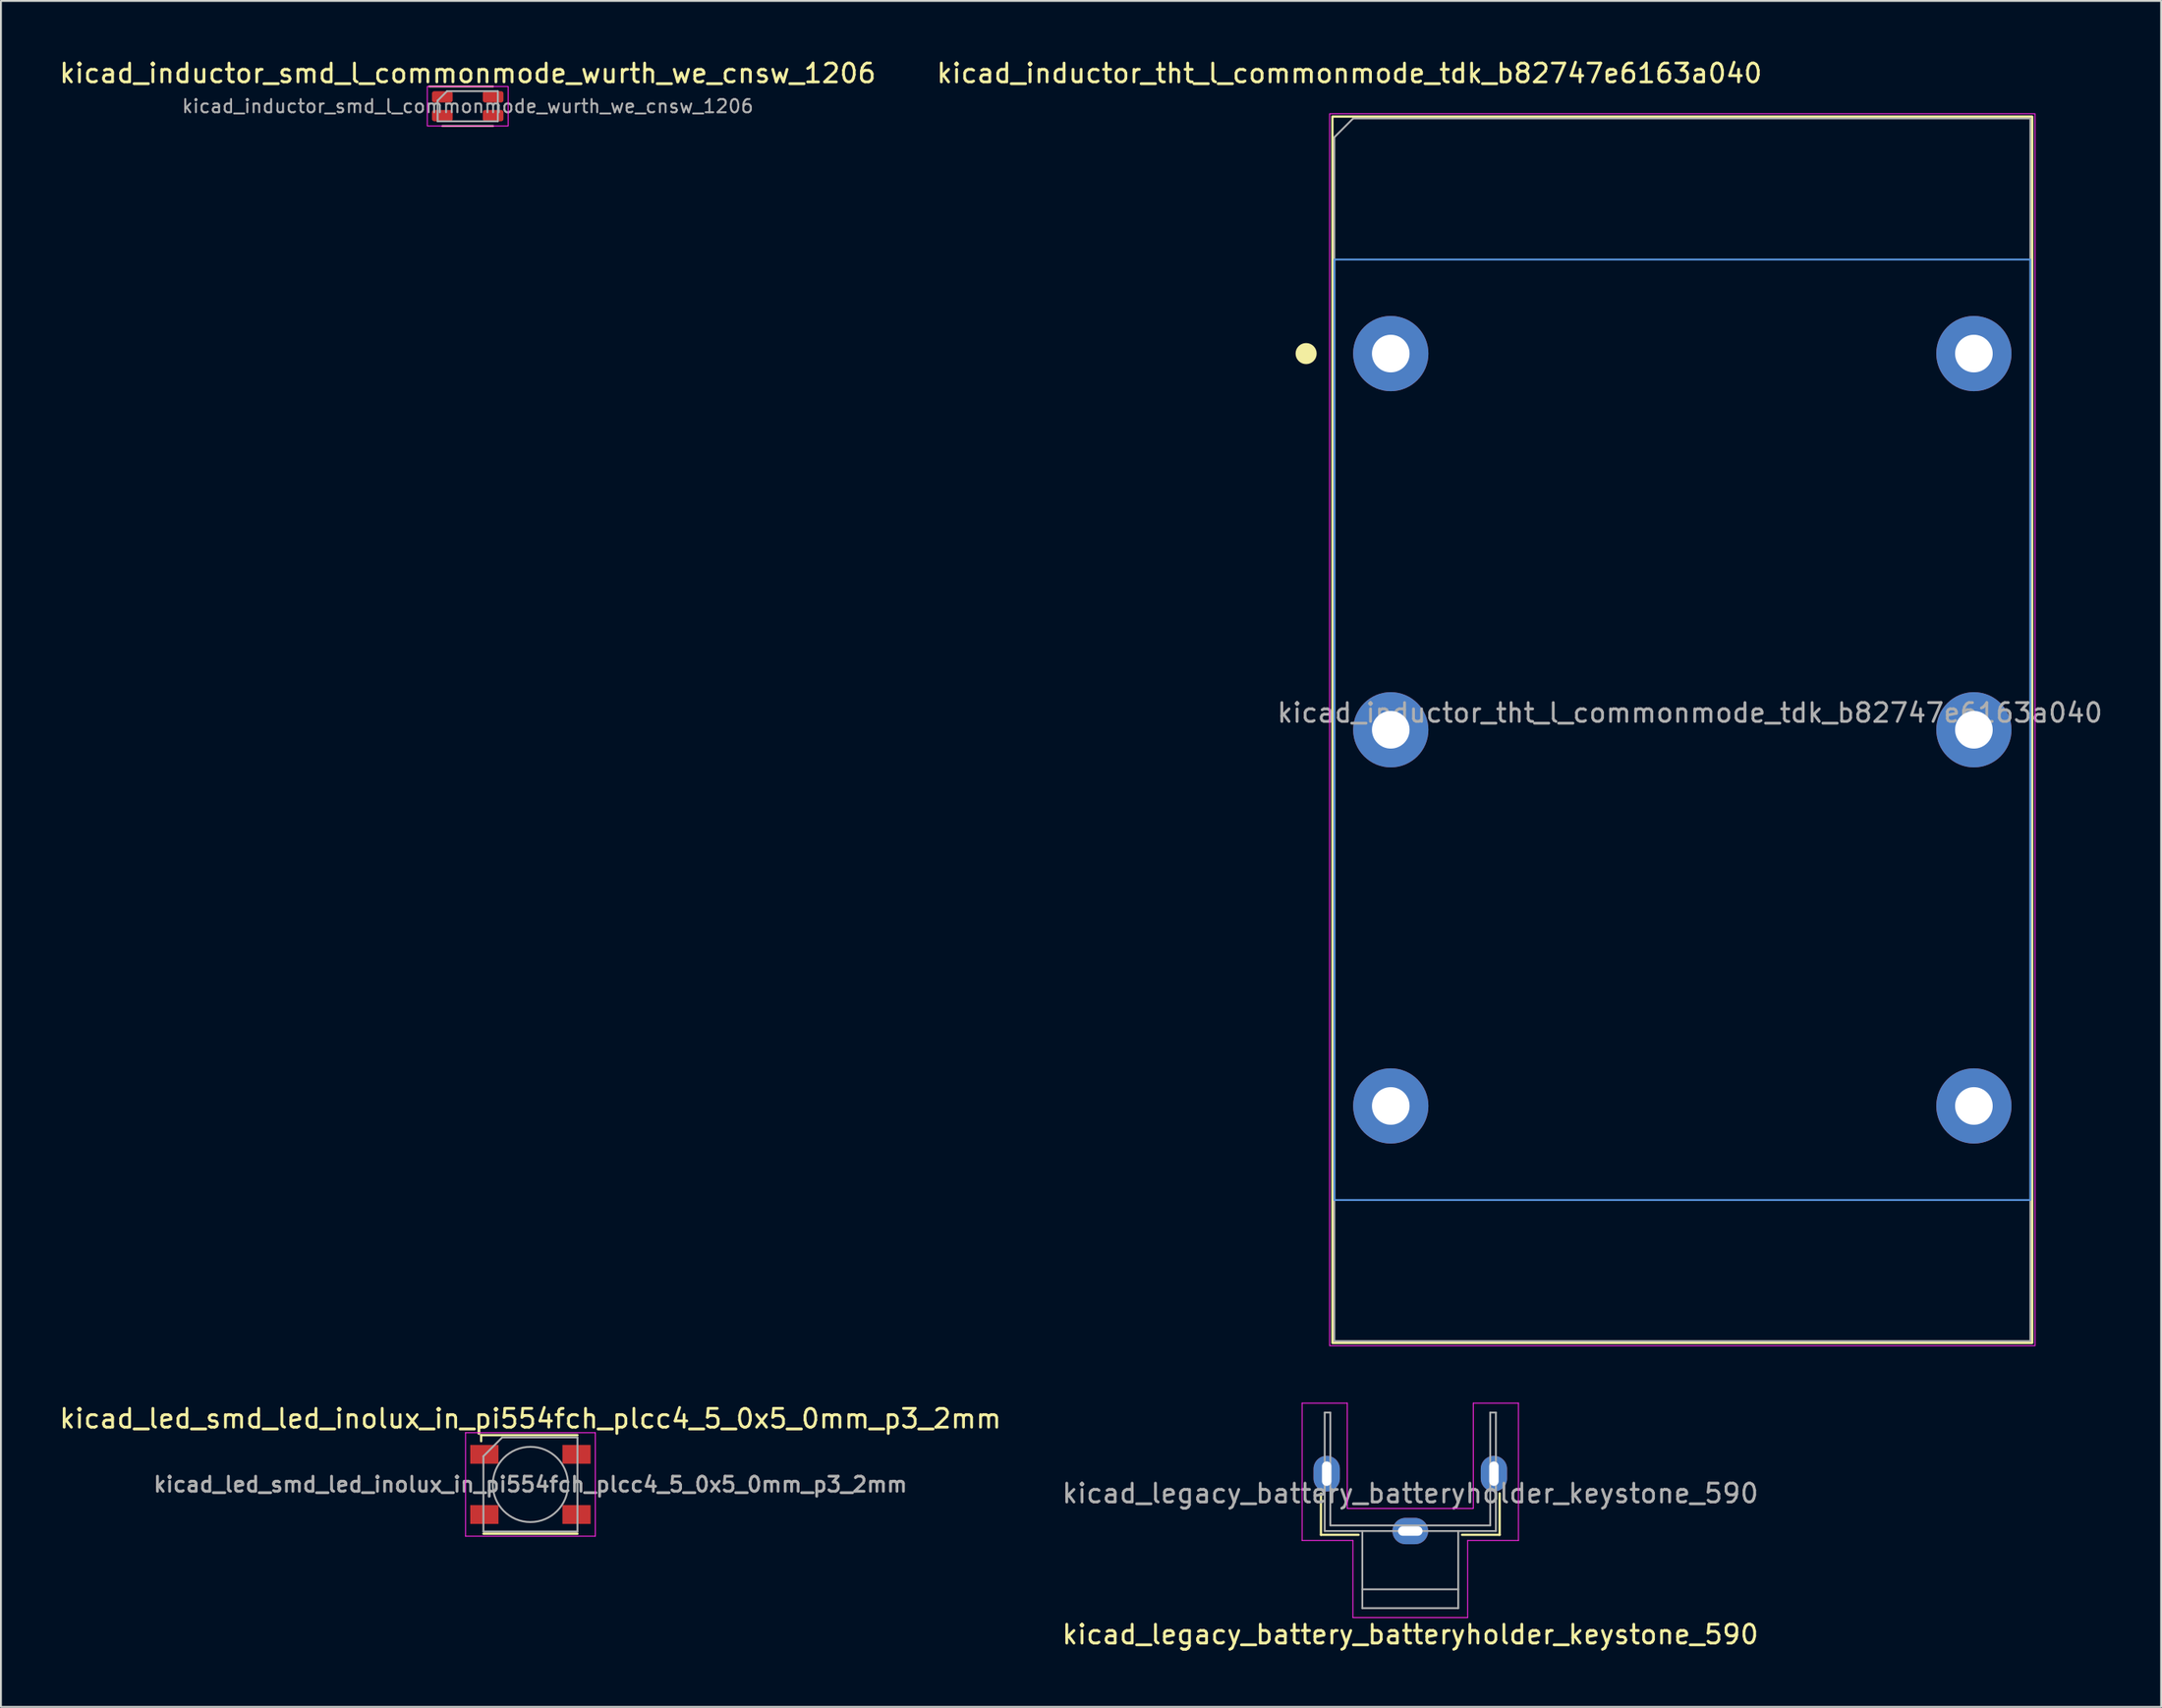
<source format=kicad_pcb>
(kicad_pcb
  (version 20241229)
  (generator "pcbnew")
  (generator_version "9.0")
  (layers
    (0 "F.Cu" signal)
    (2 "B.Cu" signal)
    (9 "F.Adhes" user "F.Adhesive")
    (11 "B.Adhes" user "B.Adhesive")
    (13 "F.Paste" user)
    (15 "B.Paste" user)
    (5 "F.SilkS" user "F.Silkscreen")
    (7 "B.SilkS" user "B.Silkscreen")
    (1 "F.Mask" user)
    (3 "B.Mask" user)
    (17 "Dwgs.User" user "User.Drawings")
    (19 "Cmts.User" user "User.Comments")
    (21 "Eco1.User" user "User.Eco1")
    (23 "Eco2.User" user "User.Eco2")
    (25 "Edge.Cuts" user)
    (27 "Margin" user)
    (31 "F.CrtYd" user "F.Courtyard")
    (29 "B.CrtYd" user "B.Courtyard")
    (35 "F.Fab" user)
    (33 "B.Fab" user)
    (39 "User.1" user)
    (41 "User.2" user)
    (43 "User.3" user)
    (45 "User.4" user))
  (footprint "kicad_inductor_tht_l_commonmode_tdk_b82747e6163a040"
    (layer "F.Cu")
    (at 70.885 15.748)
    (property "Reference" "kicad_inductor_tht_l_commonmode_tdk_b82747e6163a040" (at -2.2 -14.9 0) (unlocked yes) (layer "F.SilkS") (effects (font (size 1 1) (thickness 0.15))))
    (attr through_hole)
    (fp_rect (start -3.1 52.6) (end 34.1 -12.6) (stroke (width 0.12) (type default)) (fill no) (layer "F.SilkS"))
    (fp_circle (center -4.5 0) (end -4.5 -0.5) (stroke (width 0.12) (type solid)) (fill yes) (layer "F.SilkS"))
    (fp_rect (start -3 45) (end 34 -5) (stroke (width 0.1) (type default)) (fill no) (layer "Cmts.User"))
    (fp_rect (start -3.25 52.75) (end 34.25 -12.75) (stroke (width 0.05) (type default)) (fill no) (layer "F.CrtYd"))
    (fp_line (start -3 -11.5) (end -3 52.5) (stroke (width 0.1) (type default)) (layer "F.Fab"))
    (fp_line (start -3 -11.5) (end -2 -12.5) (stroke (width 0.1) (type default)) (layer "F.Fab"))
    (fp_line (start -3 52.5) (end 34 52.5) (stroke (width 0.1) (type default)) (layer "F.Fab"))
    (fp_line (start 34 -12.5) (end -2 -12.5) (stroke (width 0.1) (type default)) (layer "F.Fab"))
    (fp_line (start 34 -12.5) (end 34 52.5) (stroke (width 0.1) (type default)) (layer "F.Fab"))
    (fp_text user "${REFERENCE}" (at 15.9 19.1 0) (unlocked yes) (layer "F.Fab") (effects (font (size 1 1) (thickness 0.15))))
    (pad "1" thru_hole circle (at 0 0 90) (size 4 4) (drill 2) (layers "*.Cu" "*.Mask"))
    (pad "2" thru_hole circle (at 0 20 90) (size 4 4) (drill 2) (layers "*.Cu" "*.Mask"))
    (pad "3" thru_hole circle (at 0 40 90) (size 4 4) (drill 2) (layers "*.Cu" "*.Mask"))
    (pad "4" thru_hole circle (at 31 40 90) (size 4 4) (drill 2) (layers "*.Cu" "*.Mask"))
    (pad "5" thru_hole circle (at 31 20 90) (size 4 4) (drill 2) (layers "*.Cu" "*.Mask"))
    (pad "6" thru_hole circle (at 31 0 90) (size 4 4) (drill 2) (layers "*.Cu" "*.Mask")))
  (footprint "kicad_legacy_battery_batteryholder_keystone_590"
    (layer "F.Cu")
    (at 71.923 78.348)
    (property "Reference" "kicad_legacy_battery_batteryholder_keystone_590" (at 0 5.5 0) (layer "F.SilkS") (effects (font (size 1 1) (thickness 0.15))))
    (attr through_hole)
    (fp_line (start -4.75 -2) (end -4.75 0.2) (stroke (width 0.12) (type solid)) (layer "F.SilkS"))
    (fp_line (start -4.75 0.2) (end -2.75 0.2) (stroke (width 0.12) (type solid)) (layer "F.SilkS"))
    (fp_line (start 4.75 -2) (end 4.75 0.2) (stroke (width 0.12) (type solid)) (layer "F.SilkS"))
    (fp_line (start 4.75 0.2) (end 2.75 0.2) (stroke (width 0.12) (type solid)) (layer "F.SilkS"))
    (fp_line (start -5.75 -6.8) (end -3.35 -6.8) (stroke (width 0.05) (type solid)) (layer "F.CrtYd"))
    (fp_line (start -5.75 0.5) (end -5.75 -6.8) (stroke (width 0.05) (type solid)) (layer "F.CrtYd"))
    (fp_line (start -3.35 -1.2) (end -3.35 -6.8) (stroke (width 0.05) (type solid)) (layer "F.CrtYd"))
    (fp_line (start -3.05 0.5) (end -5.75 0.5) (stroke (width 0.05) (type solid)) (layer "F.CrtYd"))
    (fp_line (start -3.05 4.6) (end -3.05 0.5) (stroke (width 0.05) (type solid)) (layer "F.CrtYd"))
    (fp_line (start 3.05 0.5) (end 3.05 4.6) (stroke (width 0.05) (type solid)) (layer "F.CrtYd"))
    (fp_line (start 3.05 0.5) (end 5.75 0.5) (stroke (width 0.05) (type solid)) (layer "F.CrtYd"))
    (fp_line (start 3.05 4.6) (end -3.05 4.6) (stroke (width 0.05) (type solid)) (layer "F.CrtYd"))
    (fp_line (start 3.35 -6.8) (end 5.75 -6.8) (stroke (width 0.05) (type solid)) (layer "F.CrtYd"))
    (fp_line (start 3.35 -1.2) (end -3.35 -1.2) (stroke (width 0.05) (type solid)) (layer "F.CrtYd"))
    (fp_line (start 3.35 -1.2) (end 3.35 -6.8) (stroke (width 0.05) (type solid)) (layer "F.CrtYd"))
    (fp_line (start 5.75 -6.8) (end 5.75 0.5) (stroke (width 0.05) (type solid)) (layer "F.CrtYd"))
    (fp_line (start -4.55 0) (end -4.55 -6.3) (stroke (width 0.1) (type solid)) (layer "F.Fab"))
    (fp_line (start -4.25 -6.3) (end -4.55 -6.3) (stroke (width 0.1) (type solid)) (layer "F.Fab"))
    (fp_line (start -4.25 -0.3) (end -4.25 -6.3) (stroke (width 0.1) (type solid)) (layer "F.Fab"))
    (fp_line (start -2.55 3.1) (end 2.55 3.1) (stroke (width 0.1) (type solid)) (layer "F.Fab"))
    (fp_line (start -2.55 4.1) (end -2.55 0) (stroke (width 0.1) (type solid)) (layer "F.Fab"))
    (fp_line (start 2.55 0) (end 2.55 4.1) (stroke (width 0.1) (type solid)) (layer "F.Fab"))
    (fp_line (start 2.55 4.1) (end -2.55 4.1) (stroke (width 0.1) (type solid)) (layer "F.Fab"))
    (fp_line (start 4.25 -6.3) (end 4.25 -0.3) (stroke (width 0.1) (type solid)) (layer "F.Fab"))
    (fp_line (start 4.25 -0.3) (end -4.25 -0.3) (stroke (width 0.1) (type solid)) (layer "F.Fab"))
    (fp_line (start 4.55 -6.3) (end 4.25 -6.3) (stroke (width 0.1) (type solid)) (layer "F.Fab"))
    (fp_line (start 4.55 0) (end -4.55 0) (stroke (width 0.1) (type solid)) (layer "F.Fab"))
    (fp_line (start 4.55 0) (end 4.55 -6.3) (stroke (width 0.1) (type solid)) (layer "F.Fab"))
    (fp_text user "${REFERENCE}" (at 0 -2 0) (layer "F.Fab") (effects (font (size 1 1) (thickness 0.15))))
    (pad "1" thru_hole oval (at -4.445 -3.05 90) (size 1.9 1.4) (drill oval 1.3 0.5) (layers "*.Cu" "*.Mask"))
    (pad "1" thru_hole oval (at 0 0) (size 1.9 1.4) (drill oval 1.3 0.5) (layers "*.Cu" "*.Mask"))
    (pad "1" thru_hole oval (at 4.445 -3.05 90) (size 1.9 1.4) (drill oval 1.3 0.5) (layers "*.Cu" "*.Mask")))
  (footprint "kicad_inductor_smd_l_commonmode_wurth_we_cnsw_1206"
    (layer "F.Cu")
    (at 21.815 2.598)
    (property "Reference" "kicad_inductor_smd_l_commonmode_wurth_we_cnsw_1206" (at 0 -1.75 0) (unlocked yes) (layer "F.SilkS") (effects (font (size 1 1) (thickness 0.15))))
    (attr smd)
    (fp_line (start -2.05 -1.05) (end 1.35 -1.05) (stroke (width 0.1) (type default)) (layer "F.SilkS"))
    (fp_line (start -1.35 1.05) (end 1.35 1.05) (stroke (width 0.1) (type default)) (layer "F.SilkS"))
    (fp_rect (start -2.15 -1.05) (end 2.15 1.05) (stroke (width 0.05) (type default)) (fill no) (layer "F.CrtYd"))
    (fp_line (start -1.6 -0.3) (end -1.1 -0.8) (stroke (width 0.1) (type default)) (layer "F.Fab"))
    (fp_line (start -1.6 0.8) (end -1.6 -0.3) (stroke (width 0.1) (type default)) (layer "F.Fab"))
    (fp_line (start -1.1 -0.8) (end 1.6 -0.8) (stroke (width 0.1) (type default)) (layer "F.Fab"))
    (fp_line (start 1.6 -0.8) (end 1.6 0.8) (stroke (width 0.1) (type default)) (layer "F.Fab"))
    (fp_line (start 1.6 0.8) (end -1.6 0.8) (stroke (width 0.1) (type default)) (layer "F.Fab"))
    (fp_text user "${REFERENCE}" (at 0 0 0) (unlocked yes) (layer "F.Fab") (effects (font (size 0.7 0.7) (thickness 0.105))))
    (pad "1" smd roundrect (at -1.35 -0.5) (size 1.1 0.6) (layers "F.Cu" "F.Mask" "F.Paste") (roundrect_rratio 0.2))
    (pad "2" smd roundrect (at 1.35 -0.5) (size 1.1 0.6) (layers "F.Cu" "F.Mask" "F.Paste") (roundrect_rratio 0.2))
    (pad "3" smd roundrect (at 1.35 0.5) (size 1.1 0.6) (layers "F.Cu" "F.Mask" "F.Paste") (roundrect_rratio 0.2))
    (pad "4" smd roundrect (at -1.35 0.5) (size 1.1 0.6) (layers "F.Cu" "F.Mask" "F.Paste") (roundrect_rratio 0.2)))
  (footprint "kicad_led_smd_led_inolux_in_pi554fch_plcc4_5_0x5_0mm_p3_2mm"
    (layer "F.Cu")
    (at 25.149 75.871)
    (property "Reference" "kicad_led_smd_led_inolux_in_pi554fch_plcc4_5_0x5_0mm_p3_2mm" (at 0 -3.5 0) (layer "F.SilkS") (effects (font (size 1 1) (thickness 0.15))))
    (attr smd)
    (fp_line (start -2.62 -2.62) (end 2.5 -2.62) (stroke (width 0.12) (type solid)) (layer "F.SilkS"))
    (fp_line (start -2.62 -2.3) (end -2.62 -2.62) (stroke (width 0.12) (type solid)) (layer "F.SilkS"))
    (fp_line (start -2.5 2.62) (end 2.5 2.62) (stroke (width 0.12) (type solid)) (layer "F.SilkS"))
    (fp_line (start -3.45 -2.75) (end -3.45 2.75) (stroke (width 0.05) (type solid)) (layer "F.CrtYd"))
    (fp_line (start -3.45 2.75) (end 3.45 2.75) (stroke (width 0.05) (type solid)) (layer "F.CrtYd"))
    (fp_line (start 3.45 -2.75) (end -3.45 -2.75) (stroke (width 0.05) (type solid)) (layer "F.CrtYd"))
    (fp_line (start 3.45 2.75) (end 3.45 -2.75) (stroke (width 0.05) (type solid)) (layer "F.CrtYd"))
    (fp_line (start -2.5 -1.5) (end -2.5 2.5) (stroke (width 0.1) (type solid)) (layer "F.Fab"))
    (fp_line (start -2.5 2.5) (end 2.5 2.5) (stroke (width 0.1) (type solid)) (layer "F.Fab"))
    (fp_line (start -1.5 -2.5) (end -2.5 -1.5) (stroke (width 0.1) (type solid)) (layer "F.Fab"))
    (fp_line (start 2.5 -2.5) (end -1.5 -2.5) (stroke (width 0.1) (type solid)) (layer "F.Fab"))
    (fp_line (start 2.5 2.5) (end 2.5 -2.5) (stroke (width 0.1) (type solid)) (layer "F.Fab"))
    (fp_circle (center 0 0) (end 0 -2) (stroke (width 0.1) (type solid)) (fill no) (layer "F.Fab"))
    (fp_text user "${REFERENCE}" (at 0 0 0) (layer "F.Fab") (effects (font (size 0.8 0.8) (thickness 0.15))))
    (pad "1" smd rect (at -2.45 -1.6) (size 1.5 1) (layers "F.Cu" "F.Mask" "F.Paste"))
    (pad "2" smd rect (at -2.45 1.6) (size 1.5 1) (layers "F.Cu" "F.Mask" "F.Paste"))
    (pad "3" smd rect (at 2.45 1.6) (size 1.5 1) (layers "F.Cu" "F.Mask" "F.Paste"))
    (pad "4" smd rect (at 2.45 -1.6) (size 1.5 1) (layers "F.Cu" "F.Mask" "F.Paste")))
  (gr_rect
    (start -3 -3)
    (end 111.838 87.697)
    (stroke (width 0.1) (type default))
    (fill no)
    (layer "Edge.Cuts")))
</source>
